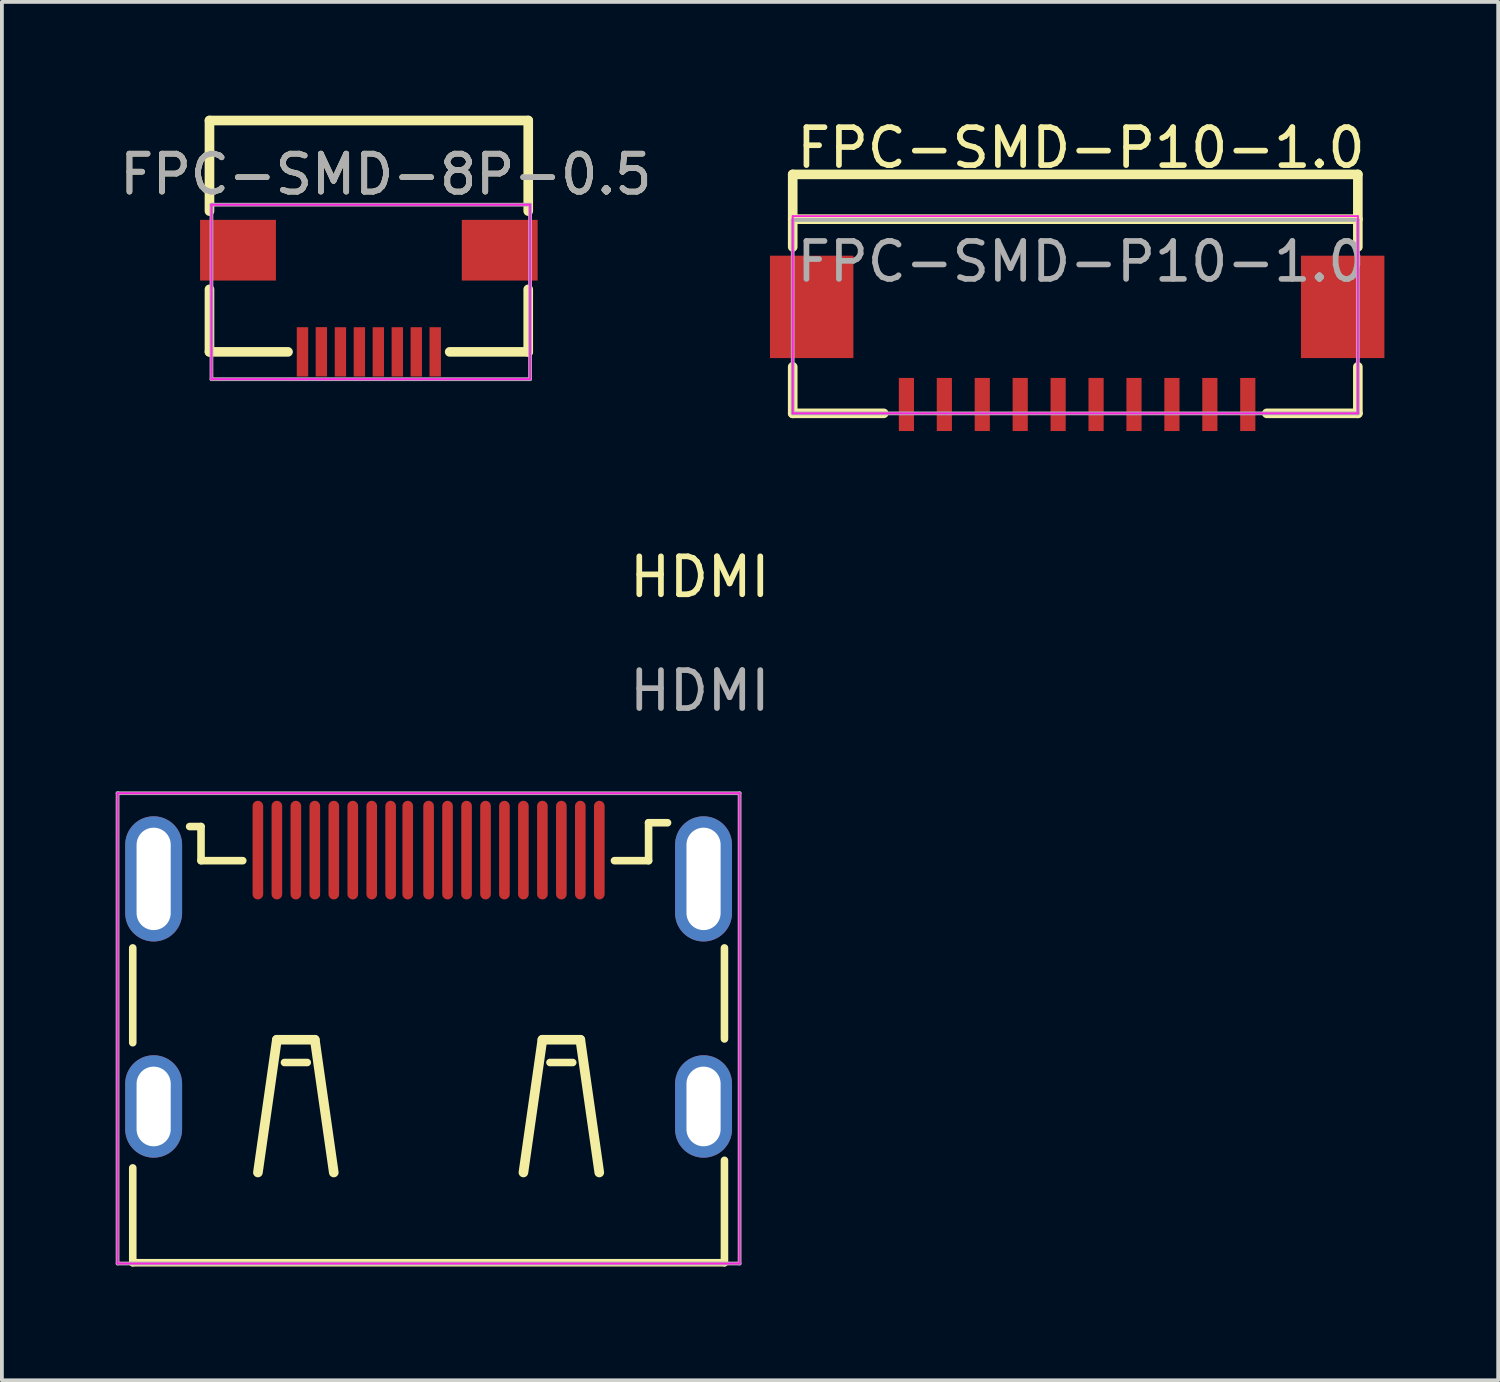
<source format=kicad_pcb>
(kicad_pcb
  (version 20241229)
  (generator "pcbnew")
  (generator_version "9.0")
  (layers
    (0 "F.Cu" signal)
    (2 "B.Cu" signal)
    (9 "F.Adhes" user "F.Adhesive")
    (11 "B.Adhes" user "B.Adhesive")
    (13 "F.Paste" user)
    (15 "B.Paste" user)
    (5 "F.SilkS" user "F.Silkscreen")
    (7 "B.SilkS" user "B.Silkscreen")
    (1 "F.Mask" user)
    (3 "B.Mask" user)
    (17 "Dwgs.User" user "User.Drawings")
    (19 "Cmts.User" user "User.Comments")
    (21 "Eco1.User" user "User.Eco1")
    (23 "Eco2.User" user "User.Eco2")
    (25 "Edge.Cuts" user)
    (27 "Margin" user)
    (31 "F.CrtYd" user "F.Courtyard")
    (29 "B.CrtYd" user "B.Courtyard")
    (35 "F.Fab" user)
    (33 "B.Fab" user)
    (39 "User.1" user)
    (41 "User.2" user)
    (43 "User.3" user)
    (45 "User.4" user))
  (footprint "HDMI"
    (layer "F.Cu")
    (at 8.25 19.363)
    (property "Reference" "HDMI" (at 7.15 -7.2 0) (unlocked yes) (layer "F.SilkS") (effects (font (size 1 1) (thickness 0.15))))
    (fp_line (start -7.8 8.379) (end -7.8 10.879) (stroke (width 0.2) (type solid)) (layer "F.SilkS"))
    (fp_line (start -7.8 10.879) (end 7.8 10.879) (stroke (width 0.2) (type solid)) (layer "F.SilkS"))
    (fp_line (start -7.8 2.579) (end -7.8 5.079) (stroke (width 0.2) (type solid)) (layer "F.SilkS"))
    (fp_line (start -6 -0.621) (end -6.3 -0.621) (stroke (width 0.2) (type solid)) (layer "F.SilkS"))
    (fp_line (start -6 0.279) (end -6 -0.621) (stroke (width 0.2) (type solid)) (layer "F.SilkS"))
    (fp_line (start -4.9 0.279) (end -6 0.279) (stroke (width 0.2) (type solid)) (layer "F.SilkS"))
    (fp_line (start -4 5) (end -4.5 8.5) (stroke (width 0.254) (type solid)) (layer "F.SilkS"))
    (fp_line (start -3.2 5.6) (end -3.8 5.6) (stroke (width 0.2) (type solid)) (layer "F.SilkS"))
    (fp_line (start -3 5) (end -4 5) (stroke (width 0.254) (type solid)) (layer "F.SilkS"))
    (fp_line (start -2.5 8.5) (end -3 5) (stroke (width 0.254) (type solid)) (layer "F.SilkS"))
    (fp_line (start 2.5 8.5) (end 3 5) (stroke (width 0.254) (type solid)) (layer "F.SilkS"))
    (fp_line (start 3 5) (end 4 5) (stroke (width 0.254) (type solid)) (layer "F.SilkS"))
    (fp_line (start 3.2 5.6) (end 3.8 5.6) (stroke (width 0.2) (type solid)) (layer "F.SilkS"))
    (fp_line (start 4 5) (end 4.5 8.5) (stroke (width 0.254) (type solid)) (layer "F.SilkS"))
    (fp_line (start 4.9 0.279) (end 5.8 0.279) (stroke (width 0.2) (type solid)) (layer "F.SilkS"))
    (fp_line (start 5.8 -0.721) (end 6.3 -0.721) (stroke (width 0.2) (type solid)) (layer "F.SilkS"))
    (fp_line (start 5.8 0.279) (end 5.8 -0.721) (stroke (width 0.2) (type solid)) (layer "F.SilkS"))
    (fp_line (start 7.8 2.579) (end 7.8 4.979) (stroke (width 0.2) (type solid)) (layer "F.SilkS"))
    (fp_line (start 7.8 10.879) (end 7.8 8.179) (stroke (width 0.2) (type solid)) (layer "F.SilkS"))
    (fp_line (start -8.2 -1.5) (end 8.2 -1.5) (stroke (width 0.05) (type solid)) (layer "F.CrtYd"))
    (fp_line (start -8.2 10.9) (end -8.2 -1.5) (stroke (width 0.05) (type solid)) (layer "F.CrtYd"))
    (fp_line (start 8.2 -1.5) (end 8.2 10.9) (stroke (width 0.05) (type solid)) (layer "F.CrtYd"))
    (fp_line (start 8.2 10.9) (end -8.2 10.9) (stroke (width 0.05) (type solid)) (layer "F.CrtYd"))
    (fp_line (start -8.2 -1.5) (end 8.2 -1.5) (stroke (width 0.1) (type solid)) (layer "F.Fab"))
    (fp_line (start -8.2 10.9) (end -8.2 -1.5) (stroke (width 0.1) (type solid)) (layer "F.Fab"))
    (fp_line (start 8.2 -1.5) (end 8.2 10.9) (stroke (width 0.1) (type solid)) (layer "F.Fab"))
    (fp_line (start 8.2 10.9) (end -8.2 10.9) (stroke (width 0.1) (type solid)) (layer "F.Fab"))
    (fp_text user "${REFERENCE}" (at 7.15 -4.2 0) (unlocked yes) (layer "F.Fab") (effects (font (size 1 1) (thickness 0.15))))
    (pad "1" smd oval (at 4.501 0) (size 0.28 2.6) (layers "F.Cu" "F.Mask" "F.Paste"))
    (pad "2" smd oval (at 4 0) (size 0.28 2.6) (layers "F.Cu" "F.Mask" "F.Paste"))
    (pad "3" smd oval (at 3.5 0) (size 0.28 2.6) (layers "F.Cu" "F.Mask" "F.Paste"))
    (pad "4" smd oval (at 3 0) (size 0.28 2.6) (layers "F.Cu" "F.Mask" "F.Paste"))
    (pad "5" smd oval (at 2.499 0) (size 0.28 2.6) (layers "F.Cu" "F.Mask" "F.Paste"))
    (pad "6" smd oval (at 1.999 0) (size 0.28 2.6) (layers "F.Cu" "F.Mask" "F.Paste"))
    (pad "7" smd oval (at 1.501 0) (size 0.28 2.6) (layers "F.Cu" "F.Mask" "F.Paste"))
    (pad "8" smd oval (at 1.001 0) (size 0.28 2.6) (layers "F.Cu" "F.Mask" "F.Paste"))
    (pad "9" smd oval (at 0.5 0) (size 0.28 2.6) (layers "F.Cu" "F.Mask" "F.Paste"))
    (pad "10" smd oval (at 0 0) (size 0.28 2.6) (layers "F.Cu" "F.Mask" "F.Paste"))
    (pad "11" smd oval (at -0.55 -0.00001) (size 0.28 2.6) (layers "F.Cu" "F.Mask" "F.Paste"))
    (pad "12" smd oval (at -1.001 0) (size 0.28 2.6) (layers "F.Cu" "F.Mask" "F.Paste"))
    (pad "13" smd oval (at -1.499 0) (size 0.28 2.6) (layers "F.Cu" "F.Mask" "F.Paste"))
    (pad "14" smd oval (at -1.999 0) (size 0.28 2.6) (layers "F.Cu" "F.Mask" "F.Paste"))
    (pad "15" smd oval (at -2.499 0) (size 0.28 2.6) (layers "F.Cu" "F.Mask" "F.Paste"))
    (pad "16" smd oval (at -3 0) (size 0.28 2.6) (layers "F.Cu" "F.Mask" "F.Paste"))
    (pad "17" smd oval (at -3.5 0) (size 0.28 2.6) (layers "F.Cu" "F.Mask" "F.Paste"))
    (pad "18" smd oval (at -4 0) (size 0.28 2.6) (layers "F.Cu" "F.Mask" "F.Paste"))
    (pad "19" smd oval (at -4.501 0) (size 0.28 2.6) (layers "F.Cu" "F.Mask" "F.Paste"))
    (pad "SH" thru_hole oval (at -7.249 0.759) (size 1.5 3.3) (drill oval 0.9 2.7) (layers "*.Cu" "*.Mask"))
    (pad "SH" thru_hole oval (at -7.249 6.759) (size 1.5 2.7) (drill oval 0.9 2.1) (layers "*.Cu" "*.Mask"))
    (pad "SH" thru_hole oval (at 7.249 0.759) (size 1.5 3.3) (drill oval 0.9 2.7) (layers "*.Cu" "*.Mask"))
    (pad "SH" thru_hole oval (at 7.249 6.759) (size 1.5 2.7) (drill oval 0.9 2.1) (layers "*.Cu" "*.Mask")))
  (footprint "FPC-SMD-8P-0.5"
    (layer "F.Cu")
    (at 6.725 3.547)
    (property "Reference" "FPC-SMD-8P-0.5" (at 0.4 -2 0) (unlocked yes) (layer "F.SilkS") (effects (font (size 1 1) (thickness 0.15))))
    (attr smd)
    (fp_line (start -4.252 -3.42) (end -4.252 -1.031) (stroke (width 0.254) (type solid)) (layer "F.SilkS"))
    (fp_line (start -4.252 -3.42) (end 4.152 -3.42) (stroke (width 0.254) (type solid)) (layer "F.SilkS"))
    (fp_line (start -4.252 1.031) (end -4.252 2.68) (stroke (width 0.254) (type solid)) (layer "F.SilkS"))
    (fp_line (start -4.252 2.68) (end -2.181 2.68) (stroke (width 0.254) (type solid)) (layer "F.SilkS"))
    (fp_line (start 2.081 2.68) (end 4.152 2.68) (stroke (width 0.254) (type solid)) (layer "F.SilkS"))
    (fp_line (start 4.152 -1.031) (end 4.152 -3.42) (stroke (width 0.254) (type solid)) (layer "F.SilkS"))
    (fp_line (start 4.152 2.68) (end 4.152 1.031) (stroke (width 0.254) (type solid)) (layer "F.SilkS"))
    (fp_line (start -4.2 -1.2) (end -4.2 3.2) (stroke (width 0.05) (type solid)) (layer "F.CrtYd"))
    (fp_line (start -4.2 3.2) (end -4.2 3.4) (stroke (width 0.05) (type solid)) (layer "F.CrtYd"))
    (fp_line (start -4.2 3.4) (end 4 3.4) (stroke (width 0.05) (type solid)) (layer "F.CrtYd"))
    (fp_line (start 4 3.4) (end 4.2 3.4) (stroke (width 0.05) (type solid)) (layer "F.CrtYd"))
    (fp_line (start 4.2 -1.2) (end -4.2 -1.2) (stroke (width 0.05) (type solid)) (layer "F.CrtYd"))
    (fp_line (start 4.2 3.4) (end 4.2 -1.2) (stroke (width 0.05) (type solid)) (layer "F.CrtYd"))
    (fp_line (start -4.2 -1.2) (end -4.2 3.4) (stroke (width 0.1) (type solid)) (layer "F.Fab"))
    (fp_line (start -4.2 3.4) (end 4.2 3.4) (stroke (width 0.1) (type solid)) (layer "F.Fab"))
    (fp_line (start 4.2 -1.2) (end -4.2 -1.2) (stroke (width 0.1) (type solid)) (layer "F.Fab"))
    (fp_line (start 4.2 3.4) (end 4.2 -1.2) (stroke (width 0.1) (type solid)) (layer "F.Fab"))
    (fp_text user "${REFERENCE}" (at 0.4 -2 0) (unlocked yes) (layer "F.Fab") (effects (font (size 1 1) (thickness 0.15))))
    (pad "" smd rect (at -3.5 0 270) (size 1.6 2) (layers "F.Cu" "F.Mask" "F.Paste"))
    (pad "" smd rect (at 3.4 0 270) (size 1.6 2) (layers "F.Cu" "F.Mask" "F.Paste"))
    (pad "1" smd rect (at -1.8 2.68) (size 0.3 1.3) (layers "F.Cu" "F.Mask" "F.Paste"))
    (pad "2" smd rect (at -1.302 2.678) (size 0.3 1.3) (layers "F.Cu" "F.Mask" "F.Paste"))
    (pad "3" smd rect (at -0.8 2.68) (size 0.3 1.3) (layers "F.Cu" "F.Mask" "F.Paste"))
    (pad "4" smd rect (at -0.3 2.68) (size 0.3 1.3) (layers "F.Cu" "F.Mask" "F.Paste"))
    (pad "5" smd rect (at 0.2 2.68) (size 0.3 1.3) (layers "F.Cu" "F.Mask" "F.Paste"))
    (pad "6" smd rect (at 0.7 2.68) (size 0.3 1.3) (layers "F.Cu" "F.Mask" "F.Paste"))
    (pad "7" smd rect (at 1.2 2.68) (size 0.3 1.3) (layers "F.Cu" "F.Mask" "F.Paste"))
    (pad "8" smd rect (at 1.7 2.68) (size 0.3 1.3) (layers "F.Cu" "F.Mask" "F.Paste")))
  (footprint "FPC-SMD-P10-1.0"
    (layer "F.Cu")
    (at 25.45 1.348)
    (property "Reference" "FPC-SMD-P10-1.0" (at 0 -0.5 0) (unlocked yes) (layer "F.SilkS") (effects (font (size 1 1) (thickness 0.15))))
    (attr smd)
    (fp_line (start -7.6 0.2) (end 7.3 0.2) (stroke (width 0.254) (type solid)) (layer "F.SilkS"))
    (fp_line (start -7.6 1.38) (end 7.3 1.38) (stroke (width 0.254) (type solid)) (layer "F.SilkS"))
    (fp_line (start -7.6 2.112) (end -7.6 0.2) (stroke (width 0.254) (type solid)) (layer "F.SilkS"))
    (fp_line (start -7.6 6.5) (end -7.6 5.274) (stroke (width 0.254) (type solid)) (layer "F.SilkS"))
    (fp_line (start -5.2 6.5) (end -7.6 6.5) (stroke (width 0.254) (type solid)) (layer "F.SilkS"))
    (fp_line (start 7.3 2.112) (end 7.3 0.2) (stroke (width 0.254) (type solid)) (layer "F.SilkS"))
    (fp_line (start 7.3 6.5) (end 7.3 5.274) (stroke (width 0.254) (type solid)) (layer "F.SilkS"))
    (fp_line (start 7.3 6.5) (end 4.9 6.5) (stroke (width 0.254) (type solid)) (layer "F.SilkS"))
    (fp_line (start -7.6 1.3) (end -7.6 6.5) (stroke (width 0.05) (type solid)) (layer "F.CrtYd"))
    (fp_line (start -7.6 6.5) (end 7.3 6.5) (stroke (width 0.05) (type solid)) (layer "F.CrtYd"))
    (fp_line (start 7.3 1.3) (end -7.6 1.3) (stroke (width 0.05) (type solid)) (layer "F.CrtYd"))
    (fp_line (start 7.3 6.5) (end 7.3 1.3) (stroke (width 0.05) (type solid)) (layer "F.CrtYd"))
    (fp_line (start -7.6 1.4) (end -7.6 6.5) (stroke (width 0.1) (type solid)) (layer "F.Fab"))
    (fp_line (start -7.6 6.5) (end 7.3 6.5) (stroke (width 0.1) (type solid)) (layer "F.Fab"))
    (fp_line (start 7.3 1.4) (end -7.6 1.4) (stroke (width 0.1) (type solid)) (layer "F.Fab"))
    (fp_line (start 7.3 6.5) (end 7.3 1.4) (stroke (width 0.1) (type solid)) (layer "F.Fab"))
    (fp_text user "${REFERENCE}" (at 0 2.5 0) (unlocked yes) (layer "F.Fab") (effects (font (size 1 1) (thickness 0.15))))
    (pad "" smd rect (at -7.1 3.693 180) (size 2.2 2.7) (layers "F.Cu" "F.Mask" "F.Paste"))
    (pad "" smd rect (at 6.9 3.693 180) (size 2.2 2.7) (layers "F.Cu" "F.Mask" "F.Paste"))
    (pad "1" smd rect (at -4.602 6.266 180) (size 0.4 1.4) (layers "F.Cu" "F.Mask" "F.Paste"))
    (pad "2" smd rect (at -3.602 6.266) (size 0.4 1.4) (layers "F.Cu" "F.Mask" "F.Paste"))
    (pad "3" smd rect (at -2.602 6.266) (size 0.4 1.4) (layers "F.Cu" "F.Mask" "F.Paste"))
    (pad "4" smd rect (at -1.602 6.266) (size 0.4 1.4) (layers "F.Cu" "F.Mask" "F.Paste"))
    (pad "5" smd rect (at -0.602 6.266) (size 0.4 1.4) (layers "F.Cu" "F.Mask" "F.Paste"))
    (pad "6" smd rect (at 0.398 6.266) (size 0.4 1.4) (layers "F.Cu" "F.Mask" "F.Paste"))
    (pad "7" smd rect (at 1.398 6.266) (size 0.4 1.4) (layers "F.Cu" "F.Mask" "F.Paste"))
    (pad "8" smd rect (at 2.398 6.266) (size 0.4 1.4) (layers "F.Cu" "F.Mask" "F.Paste"))
    (pad "9" smd rect (at 3.398 6.266) (size 0.4 1.4) (layers "F.Cu" "F.Mask" "F.Paste"))
    (pad "10" smd rect (at 4.398 6.266) (size 0.4 1.4) (layers "F.Cu" "F.Mask" "F.Paste")))
  (gr_rect
    (start -3 -3)
    (end 36.45 33.342)
    (stroke (width 0.1) (type default))
    (fill no)
    (layer "Edge.Cuts")))
</source>
